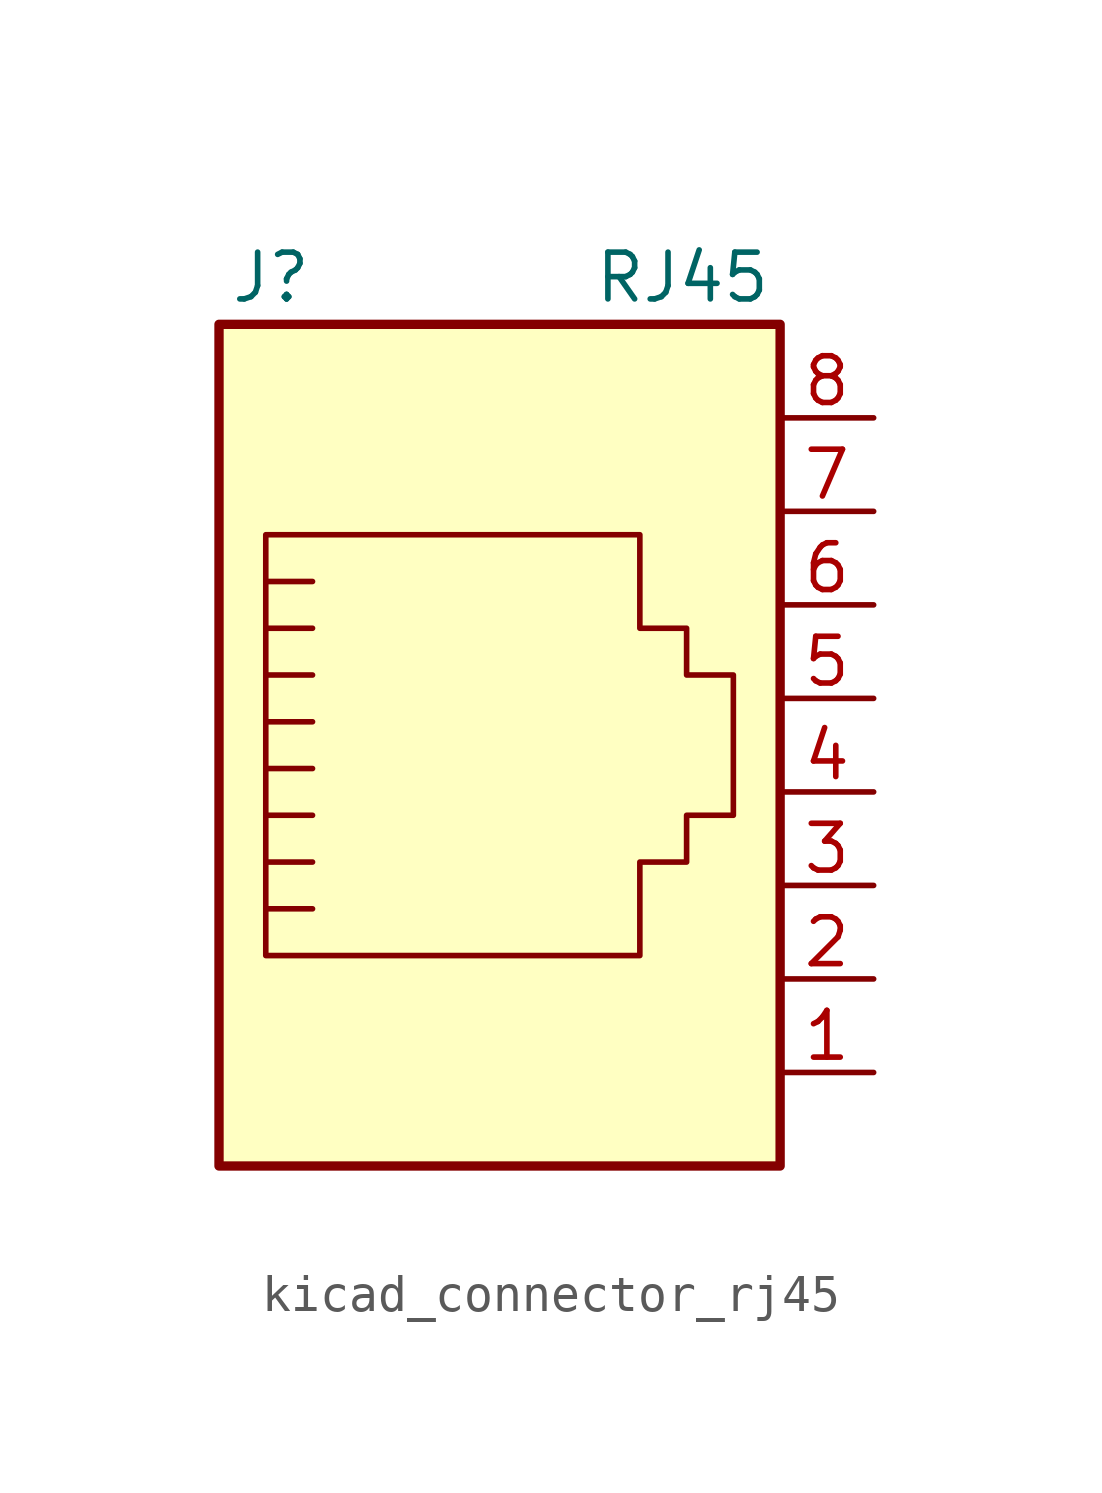
<source format=kicad_sym>
(kicad_symbol_lib
  (version 20220914)
  (generator kicad_symbol_editor)
  (symbol "kicad_connector_rj45"
    (pin_names
      (offset 1.016))
    (property "Reference" "J"
      (at -5.08 13.97 0)
      (effects (font (size 1.27 1.27)) (justify right)))
    (property "Value" "RJ45"
      (at 2.54 13.97 0)
      (effects (font (size 1.27 1.27)) (justify left)))
    (symbol "kicad_connector_rj45_0_1"
      (polyline (pts (xy -5.08 4.445) (xy -6.35 4.445)) (stroke (width 0) (type default)) (fill (type none)))
      (polyline (pts (xy -5.08 5.715) (xy -6.35 5.715)) (stroke (width 0) (type default)) (fill (type none)))
      (polyline (pts (xy -6.35 -3.175) (xy -5.08 -3.175) (xy -5.08 -3.175)) (stroke (width 0) (type default)) (fill (type none)))
      (polyline (pts (xy -6.35 -1.905) (xy -5.08 -1.905) (xy -5.08 -1.905)) (stroke (width 0) (type default)) (fill (type none)))
      (polyline (pts (xy -6.35 -0.635) (xy -5.08 -0.635) (xy -5.08 -0.635)) (stroke (width 0) (type default)) (fill (type none)))
      (polyline (pts (xy -6.35 0.635) (xy -5.08 0.635) (xy -5.08 0.635)) (stroke (width 0) (type default)) (fill (type none)))
      (polyline (pts (xy -6.35 1.905) (xy -5.08 1.905) (xy -5.08 1.905)) (stroke (width 0) (type default)) (fill (type none)))
      (polyline (pts (xy -5.08 3.175) (xy -6.35 3.175) (xy -6.35 3.175)) (stroke (width 0) (type default)) (fill (type none)))
      (polyline (pts (xy -6.35 -4.445) (xy -6.35 6.985) (xy 3.81 6.985) (xy 3.81 4.445) (xy 5.08 4.445) (xy 5.08 3.175) (xy 6.35 3.175) (xy 6.35 -0.635) (xy 5.08 -0.635) (xy 5.08 -1.905) (xy 3.81 -1.905) (xy 3.81 -4.445) (xy -6.35 -4.445) (xy -6.35 -4.445)) (stroke (width 0) (type default)) (fill (type none)))
      (rectangle (start 7.62 12.7) (end -7.62 -10.16) (stroke (width 0.254) (type default)) (fill (type background))))
    (symbol "kicad_connector_rj45_1_1"
      (pin passive line (at 10.16 -7.62 180) (length 2.54) (name "~" (effects (font (size 1.27 1.27)))) (number "1" (effects (font (size 1.27 1.27)))))
      (pin passive line (at 10.16 -5.08 180) (length 2.54) (name "~" (effects (font (size 1.27 1.27)))) (number "2" (effects (font (size 1.27 1.27)))))
      (pin passive line (at 10.16 -2.54 180) (length 2.54) (name "~" (effects (font (size 1.27 1.27)))) (number "3" (effects (font (size 1.27 1.27)))))
      (pin passive line (at 10.16 0 180) (length 2.54) (name "~" (effects (font (size 1.27 1.27)))) (number "4" (effects (font (size 1.27 1.27)))))
      (pin passive line (at 10.16 2.54 180) (length 2.54) (name "~" (effects (font (size 1.27 1.27)))) (number "5" (effects (font (size 1.27 1.27)))))
      (pin passive line (at 10.16 5.08 180) (length 2.54) (name "~" (effects (font (size 1.27 1.27)))) (number "6" (effects (font (size 1.27 1.27)))))
      (pin passive line (at 10.16 7.62 180) (length 2.54) (name "~" (effects (font (size 1.27 1.27)))) (number "7" (effects (font (size 1.27 1.27)))))
      (pin passive line (at 10.16 10.16 180) (length 2.54) (name "~" (effects (font (size 1.27 1.27)))) (number "8" (effects (font (size 1.27 1.27))))))))
</source>
